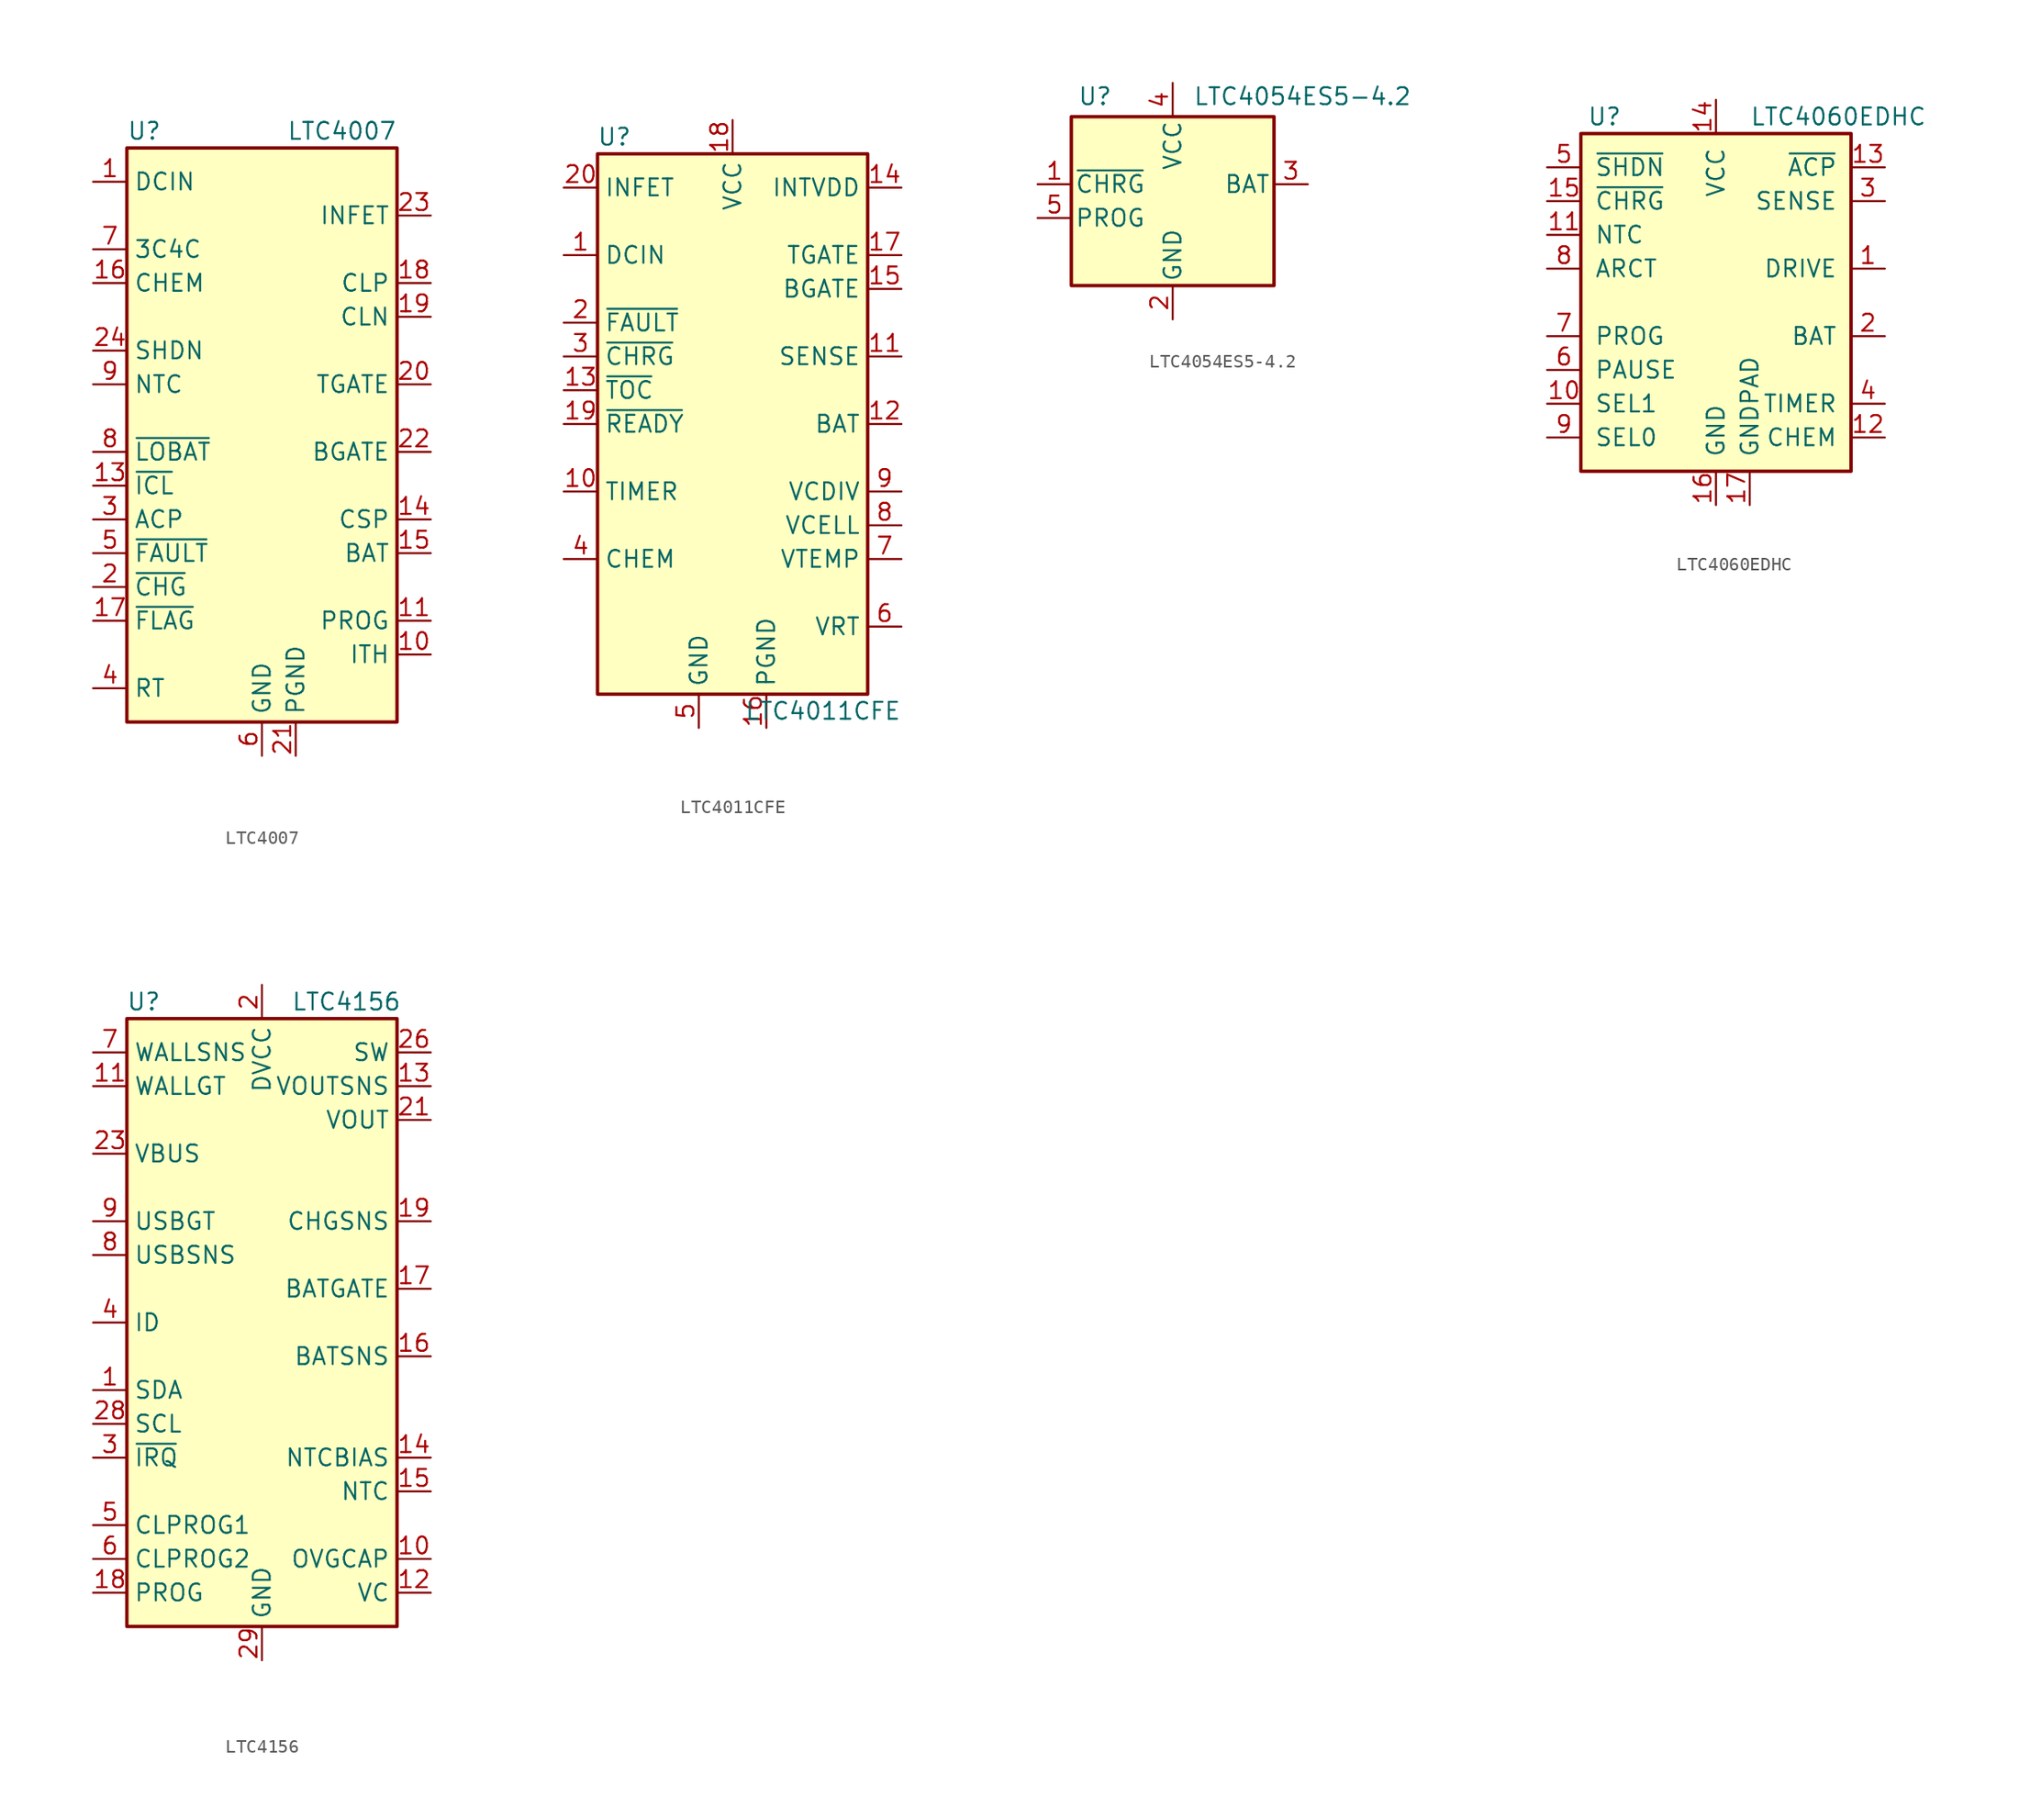
<source format=kicad_sym>
(kicad_symbol_lib
  (version 20211014)
  (generator kicad_symbol_editor)
  (symbol "LTC4007"
    (property "Reference" "U"
      (at -10.16 24.13 0)
      (effects (font (size 1.27 1.27)) (justify left)))
    (property "Value" "LTC4007"
      (at 10.16 24.13 0)
      (effects (font (size 1.27 1.27)) (justify right)))
    (symbol "LTC4007_0_1"
      (rectangle (start -10.16 22.86) (end 10.16 -20.32) (stroke (width 0.254) (type default) (color 0 0 0 0)) (fill (type background))))
    (symbol "LTC4007_1_1"
      (pin input line (at -12.7 20.32 0) (length 2.54) (name "DCIN" (effects (font (size 1.27 1.27)))) (number "1" (effects (font (size 1.27 1.27)))))
      (pin passive line (at 12.7 -15.24 180) (length 2.54) (name "ITH" (effects (font (size 1.27 1.27)))) (number "10" (effects (font (size 1.27 1.27)))))
      (pin bidirectional line (at 12.7 -12.7 180) (length 2.54) (name "PROG" (effects (font (size 1.27 1.27)))) (number "11" (effects (font (size 1.27 1.27)))))
      (pin no_connect line (at -2.54 -20.32 90) (length 2.54) hide (name "NC" (effects (font (size 1.27 1.27)))) (number "12" (effects (font (size 1.27 1.27)))))
      (pin output line (at -12.7 -2.54 0) (length 2.54) (name "~{ICL}" (effects (font (size 1.27 1.27)))) (number "13" (effects (font (size 1.27 1.27)))))
      (pin input line (at 12.7 -5.08 180) (length 2.54) (name "CSP" (effects (font (size 1.27 1.27)))) (number "14" (effects (font (size 1.27 1.27)))))
      (pin input line (at 12.7 -7.62 180) (length 2.54) (name "BAT" (effects (font (size 1.27 1.27)))) (number "15" (effects (font (size 1.27 1.27)))))
      (pin input line (at -12.7 12.7 0) (length 2.54) (name "CHEM" (effects (font (size 1.27 1.27)))) (number "16" (effects (font (size 1.27 1.27)))))
      (pin open_collector line (at -12.7 -12.7 0) (length 2.54) (name "~{FLAG}" (effects (font (size 1.27 1.27)))) (number "17" (effects (font (size 1.27 1.27)))))
      (pin input line (at 12.7 12.7 180) (length 2.54) (name "CLP" (effects (font (size 1.27 1.27)))) (number "18" (effects (font (size 1.27 1.27)))))
      (pin input line (at 12.7 10.16 180) (length 2.54) (name "CLN" (effects (font (size 1.27 1.27)))) (number "19" (effects (font (size 1.27 1.27)))))
      (pin output line (at -12.7 -10.16 0) (length 2.54) (name "~{CHG}" (effects (font (size 1.27 1.27)))) (number "2" (effects (font (size 1.27 1.27)))))
      (pin output line (at 12.7 5.08 180) (length 2.54) (name "TGATE" (effects (font (size 1.27 1.27)))) (number "20" (effects (font (size 1.27 1.27)))))
      (pin power_in line (at 2.54 -22.86 90) (length 2.54) (name "PGND" (effects (font (size 1.27 1.27)))) (number "21" (effects (font (size 1.27 1.27)))))
      (pin output line (at 12.7 0 180) (length 2.54) (name "BGATE" (effects (font (size 1.27 1.27)))) (number "22" (effects (font (size 1.27 1.27)))))
      (pin output line (at 12.7 17.78 180) (length 2.54) (name "INFET" (effects (font (size 1.27 1.27)))) (number "23" (effects (font (size 1.27 1.27)))))
      (pin input line (at -12.7 7.62 0) (length 2.54) (name "SHDN" (effects (font (size 1.27 1.27)))) (number "24" (effects (font (size 1.27 1.27)))))
      (pin open_collector line (at -12.7 -5.08 0) (length 2.54) (name "ACP" (effects (font (size 1.27 1.27)))) (number "3" (effects (font (size 1.27 1.27)))))
      (pin passive line (at -12.7 -17.78 0) (length 2.54) (name "RT" (effects (font (size 1.27 1.27)))) (number "4" (effects (font (size 1.27 1.27)))))
      (pin open_collector line (at -12.7 -7.62 0) (length 2.54) (name "~{FAULT}" (effects (font (size 1.27 1.27)))) (number "5" (effects (font (size 1.27 1.27)))))
      (pin power_in line (at 0 -22.86 90) (length 2.54) (name "GND" (effects (font (size 1.27 1.27)))) (number "6" (effects (font (size 1.27 1.27)))))
      (pin input line (at -12.7 15.24 0) (length 2.54) (name "3C4C" (effects (font (size 1.27 1.27)))) (number "7" (effects (font (size 1.27 1.27)))))
      (pin output line (at -12.7 0 0) (length 2.54) (name "~{LOBAT}" (effects (font (size 1.27 1.27)))) (number "8" (effects (font (size 1.27 1.27)))))
      (pin input line (at -12.7 5.08 0) (length 2.54) (name "NTC" (effects (font (size 1.27 1.27)))) (number "9" (effects (font (size 1.27 1.27)))))))
  (symbol "LTC4011CFE"
    (property "Reference" "U"
      (at -8.89 21.59 0)
      (effects (font (size 1.27 1.27))))
    (property "Value" "LTC4011CFE"
      (at 12.7 -21.59 0)
      (effects (font (size 1.27 1.27)) (justify right)))
    (symbol "LTC4011CFE_0_1"
      (rectangle (start -10.16 20.32) (end 10.16 -20.32) (stroke (width 0.254) (type default) (color 0 0 0 0)) (fill (type background))))
    (symbol "LTC4011CFE_1_1"
      (pin input line (at -12.7 12.7 0) (length 2.54) (name "DCIN" (effects (font (size 1.27 1.27)))) (number "1" (effects (font (size 1.27 1.27)))))
      (pin passive line (at -12.7 -5.08 0) (length 2.54) (name "TIMER" (effects (font (size 1.27 1.27)))) (number "10" (effects (font (size 1.27 1.27)))))
      (pin input line (at 12.7 5.08 180) (length 2.54) (name "SENSE" (effects (font (size 1.27 1.27)))) (number "11" (effects (font (size 1.27 1.27)))))
      (pin power_out line (at 12.7 0 180) (length 2.54) (name "BAT" (effects (font (size 1.27 1.27)))) (number "12" (effects (font (size 1.27 1.27)))))
      (pin open_collector line (at -12.7 2.54 0) (length 2.54) (name "~{TOC}" (effects (font (size 1.27 1.27)))) (number "13" (effects (font (size 1.27 1.27)))))
      (pin power_out line (at 12.7 17.78 180) (length 2.54) (name "INTVDD" (effects (font (size 1.27 1.27)))) (number "14" (effects (font (size 1.27 1.27)))))
      (pin output line (at 12.7 10.16 180) (length 2.54) (name "BGATE" (effects (font (size 1.27 1.27)))) (number "15" (effects (font (size 1.27 1.27)))))
      (pin power_in line (at 2.54 -22.86 90) (length 2.54) (name "PGND" (effects (font (size 1.27 1.27)))) (number "16" (effects (font (size 1.27 1.27)))))
      (pin output line (at 12.7 12.7 180) (length 2.54) (name "TGATE" (effects (font (size 1.27 1.27)))) (number "17" (effects (font (size 1.27 1.27)))))
      (pin power_in line (at 0 22.86 270) (length 2.54) (name "VCC" (effects (font (size 1.27 1.27)))) (number "18" (effects (font (size 1.27 1.27)))))
      (pin open_collector line (at -12.7 0 0) (length 2.54) (name "~{READY}" (effects (font (size 1.27 1.27)))) (number "19" (effects (font (size 1.27 1.27)))))
      (pin open_collector line (at -12.7 7.62 0) (length 2.54) (name "~{FAULT}" (effects (font (size 1.27 1.27)))) (number "2" (effects (font (size 1.27 1.27)))))
      (pin output line (at -12.7 17.78 0) (length 2.54) (name "INFET" (effects (font (size 1.27 1.27)))) (number "20" (effects (font (size 1.27 1.27)))))
      (pin passive line (at -2.54 -22.86 90) (length 2.54) hide (name "GND" (effects (font (size 1.27 1.27)))) (number "21" (effects (font (size 1.27 1.27)))))
      (pin open_collector line (at -12.7 5.08 0) (length 2.54) (name "~{CHRG}" (effects (font (size 1.27 1.27)))) (number "3" (effects (font (size 1.27 1.27)))))
      (pin passive line (at -12.7 -10.16 0) (length 2.54) (name "CHEM" (effects (font (size 1.27 1.27)))) (number "4" (effects (font (size 1.27 1.27)))))
      (pin power_in line (at -2.54 -22.86 90) (length 2.54) (name "GND" (effects (font (size 1.27 1.27)))) (number "5" (effects (font (size 1.27 1.27)))))
      (pin output line (at 12.7 -15.24 180) (length 2.54) (name "VRT" (effects (font (size 1.27 1.27)))) (number "6" (effects (font (size 1.27 1.27)))))
      (pin input line (at 12.7 -10.16 180) (length 2.54) (name "VTEMP" (effects (font (size 1.27 1.27)))) (number "7" (effects (font (size 1.27 1.27)))))
      (pin input line (at 12.7 -7.62 180) (length 2.54) (name "VCELL" (effects (font (size 1.27 1.27)))) (number "8" (effects (font (size 1.27 1.27)))))
      (pin output line (at 12.7 -5.08 180) (length 2.54) (name "VCDIV" (effects (font (size 1.27 1.27)))) (number "9" (effects (font (size 1.27 1.27)))))))
  (symbol "LTC4054ES5-4.2"
    (pin_names
      (offset 0.254))
    (property "Reference" "U"
      (at -5.842 6.604 0)
      (effects (font (size 1.27 1.27))))
    (property "Value" "LTC4054ES5-4.2"
      (at 1.524 6.604 0)
      (effects (font (size 1.27 1.27)) (justify left)))
    (symbol "LTC4054ES5-4.2_0_1"
      (rectangle (start -7.62 5.08) (end 7.62 -7.62) (stroke (width 0.254) (type default) (color 0 0 0 0)) (fill (type background))))
    (symbol "LTC4054ES5-4.2_1_1"
      (pin open_collector line (at -10.16 0 0) (length 2.54) (name "~{CHRG}" (effects (font (size 1.27 1.27)))) (number "1" (effects (font (size 1.27 1.27)))))
      (pin power_in line (at 0 -10.16 90) (length 2.54) (name "GND" (effects (font (size 1.27 1.27)))) (number "2" (effects (font (size 1.27 1.27)))))
      (pin power_out line (at 10.16 0 180) (length 2.54) (name "BAT" (effects (font (size 1.27 1.27)))) (number "3" (effects (font (size 1.27 1.27)))))
      (pin power_in line (at 0 7.62 270) (length 2.54) (name "VCC" (effects (font (size 1.27 1.27)))) (number "4" (effects (font (size 1.27 1.27)))))
      (pin bidirectional line (at -10.16 -2.54 0) (length 2.54) (name "PROG" (effects (font (size 1.27 1.27)))) (number "5" (effects (font (size 1.27 1.27)))))))
  (symbol "LTC4060EDHC"
    (pin_names
      (offset 1.016))
    (property "Reference" "U"
      (at -8.382 13.97 0)
      (effects (font (size 1.27 1.27))))
    (property "Value" "LTC4060EDHC"
      (at 2.54 13.97 0)
      (effects (font (size 1.27 1.27)) (justify left)))
    (symbol "LTC4060EDHC_0_1"
      (rectangle (start -10.16 12.7) (end 10.16 -12.7) (stroke (width 0.254) (type default) (color 0 0 0 0)) (fill (type background))))
    (symbol "LTC4060EDHC_1_1"
      (pin output line (at 12.7 2.54 180) (length 2.54) (name "DRIVE" (effects (font (size 1.27 1.27)))) (number "1" (effects (font (size 1.27 1.27)))))
      (pin input line (at -12.7 -7.62 0) (length 2.54) (name "SEL1" (effects (font (size 1.27 1.27)))) (number "10" (effects (font (size 1.27 1.27)))))
      (pin input line (at -12.7 5.08 0) (length 2.54) (name "NTC" (effects (font (size 1.27 1.27)))) (number "11" (effects (font (size 1.27 1.27)))))
      (pin input line (at 12.7 -10.16 180) (length 2.54) (name "CHEM" (effects (font (size 1.27 1.27)))) (number "12" (effects (font (size 1.27 1.27)))))
      (pin open_collector line (at 12.7 10.16 180) (length 2.54) (name "~{ACP}" (effects (font (size 1.27 1.27)))) (number "13" (effects (font (size 1.27 1.27)))))
      (pin power_in line (at 0 15.24 270) (length 2.54) (name "VCC" (effects (font (size 1.27 1.27)))) (number "14" (effects (font (size 1.27 1.27)))))
      (pin open_collector line (at -12.7 7.62 0) (length 2.54) (name "~{CHRG}" (effects (font (size 1.27 1.27)))) (number "15" (effects (font (size 1.27 1.27)))))
      (pin power_in line (at 0 -15.24 90) (length 2.54) (name "GND" (effects (font (size 1.27 1.27)))) (number "16" (effects (font (size 1.27 1.27)))))
      (pin power_in line (at 2.54 -15.24 90) (length 2.54) (name "GNDPAD" (effects (font (size 1.27 1.27)))) (number "17" (effects (font (size 1.27 1.27)))))
      (pin input line (at 12.7 -2.54 180) (length 2.54) (name "BAT" (effects (font (size 1.27 1.27)))) (number "2" (effects (font (size 1.27 1.27)))))
      (pin input line (at 12.7 7.62 180) (length 2.54) (name "SENSE" (effects (font (size 1.27 1.27)))) (number "3" (effects (font (size 1.27 1.27)))))
      (pin input line (at 12.7 -7.62 180) (length 2.54) (name "TIMER" (effects (font (size 1.27 1.27)))) (number "4" (effects (font (size 1.27 1.27)))))
      (pin input line (at -12.7 10.16 0) (length 2.54) (name "~{SHDN}" (effects (font (size 1.27 1.27)))) (number "5" (effects (font (size 1.27 1.27)))))
      (pin input line (at -12.7 -5.08 0) (length 2.54) (name "PAUSE" (effects (font (size 1.27 1.27)))) (number "6" (effects (font (size 1.27 1.27)))))
      (pin input line (at -12.7 -2.54 0) (length 2.54) (name "PROG" (effects (font (size 1.27 1.27)))) (number "7" (effects (font (size 1.27 1.27)))))
      (pin input line (at -12.7 2.54 0) (length 2.54) (name "ARCT" (effects (font (size 1.27 1.27)))) (number "8" (effects (font (size 1.27 1.27)))))
      (pin input line (at -12.7 -10.16 0) (length 2.54) (name "SEL0" (effects (font (size 1.27 1.27)))) (number "9" (effects (font (size 1.27 1.27)))))))
  (symbol "LTC4156"
    (property "Reference" "U"
      (at -8.89 24.13 0)
      (effects (font (size 1.27 1.27))))
    (property "Value" "LTC4156"
      (at 6.35 24.13 0)
      (effects (font (size 1.27 1.27))))
    (symbol "LTC4156_0_1"
      (rectangle (start -10.16 22.86) (end 10.16 -22.86) (stroke (width 0.254) (type default) (color 0 0 0 0)) (fill (type background))))
    (symbol "LTC4156_1_1"
      (pin bidirectional line (at -12.7 -5.08 0) (length 2.54) (name "SDA" (effects (font (size 1.27 1.27)))) (number "1" (effects (font (size 1.27 1.27)))))
      (pin passive line (at 12.7 -17.78 180) (length 2.54) (name "OVGCAP" (effects (font (size 1.27 1.27)))) (number "10" (effects (font (size 1.27 1.27)))))
      (pin output line (at -12.7 17.78 0) (length 2.54) (name "WALLGT" (effects (font (size 1.27 1.27)))) (number "11" (effects (font (size 1.27 1.27)))))
      (pin passive line (at 12.7 -20.32 180) (length 2.54) (name "VC" (effects (font (size 1.27 1.27)))) (number "12" (effects (font (size 1.27 1.27)))))
      (pin input line (at 12.7 17.78 180) (length 2.54) (name "VOUTSNS" (effects (font (size 1.27 1.27)))) (number "13" (effects (font (size 1.27 1.27)))))
      (pin output line (at 12.7 -10.16 180) (length 2.54) (name "NTCBIAS" (effects (font (size 1.27 1.27)))) (number "14" (effects (font (size 1.27 1.27)))))
      (pin input line (at 12.7 -12.7 180) (length 2.54) (name "NTC" (effects (font (size 1.27 1.27)))) (number "15" (effects (font (size 1.27 1.27)))))
      (pin input line (at 12.7 -2.54 180) (length 2.54) (name "BATSNS" (effects (font (size 1.27 1.27)))) (number "16" (effects (font (size 1.27 1.27)))))
      (pin output line (at 12.7 2.54 180) (length 2.54) (name "BATGATE" (effects (font (size 1.27 1.27)))) (number "17" (effects (font (size 1.27 1.27)))))
      (pin passive line (at -12.7 -20.32 0) (length 2.54) (name "PROG" (effects (font (size 1.27 1.27)))) (number "18" (effects (font (size 1.27 1.27)))))
      (pin passive line (at 12.7 7.62 180) (length 2.54) (name "CHGSNS" (effects (font (size 1.27 1.27)))) (number "19" (effects (font (size 1.27 1.27)))))
      (pin power_in line (at 0 25.4 270) (length 2.54) (name "DVCC" (effects (font (size 1.27 1.27)))) (number "2" (effects (font (size 1.27 1.27)))))
      (pin passive line (at 12.7 7.62 180) (length 2.54) hide (name "CHGSNS" (effects (font (size 1.27 1.27)))) (number "20" (effects (font (size 1.27 1.27)))))
      (pin passive line (at 12.7 15.24 180) (length 2.54) (name "VOUT" (effects (font (size 1.27 1.27)))) (number "21" (effects (font (size 1.27 1.27)))))
      (pin passive line (at 12.7 15.24 180) (length 2.54) hide (name "VOUT" (effects (font (size 1.27 1.27)))) (number "22" (effects (font (size 1.27 1.27)))))
      (pin passive line (at -12.7 12.7 0) (length 2.54) (name "VBUS" (effects (font (size 1.27 1.27)))) (number "23" (effects (font (size 1.27 1.27)))))
      (pin passive line (at -12.7 12.7 0) (length 2.54) hide (name "VBUS" (effects (font (size 1.27 1.27)))) (number "24" (effects (font (size 1.27 1.27)))))
      (pin passive line (at -12.7 12.7 0) (length 2.54) hide (name "VBUS" (effects (font (size 1.27 1.27)))) (number "25" (effects (font (size 1.27 1.27)))))
      (pin passive line (at 12.7 20.32 180) (length 2.54) (name "SW" (effects (font (size 1.27 1.27)))) (number "26" (effects (font (size 1.27 1.27)))))
      (pin passive line (at 12.7 20.32 180) (length 2.54) hide (name "SW" (effects (font (size 1.27 1.27)))) (number "27" (effects (font (size 1.27 1.27)))))
      (pin input line (at -12.7 -7.62 0) (length 2.54) (name "SCL" (effects (font (size 1.27 1.27)))) (number "28" (effects (font (size 1.27 1.27)))))
      (pin power_in line (at 0 -25.4 90) (length 2.54) (name "GND" (effects (font (size 1.27 1.27)))) (number "29" (effects (font (size 1.27 1.27)))))
      (pin open_collector line (at -12.7 -10.16 0) (length 2.54) (name "~{IRQ}" (effects (font (size 1.27 1.27)))) (number "3" (effects (font (size 1.27 1.27)))))
      (pin input line (at -12.7 0 0) (length 2.54) (name "ID" (effects (font (size 1.27 1.27)))) (number "4" (effects (font (size 1.27 1.27)))))
      (pin passive line (at -12.7 -15.24 0) (length 2.54) (name "CLPROG1" (effects (font (size 1.27 1.27)))) (number "5" (effects (font (size 1.27 1.27)))))
      (pin passive line (at -12.7 -17.78 0) (length 2.54) (name "CLPROG2" (effects (font (size 1.27 1.27)))) (number "6" (effects (font (size 1.27 1.27)))))
      (pin input line (at -12.7 20.32 0) (length 2.54) (name "WALLSNS" (effects (font (size 1.27 1.27)))) (number "7" (effects (font (size 1.27 1.27)))))
      (pin input line (at -12.7 5.08 0) (length 2.54) (name "USBSNS" (effects (font (size 1.27 1.27)))) (number "8" (effects (font (size 1.27 1.27)))))
      (pin output line (at -12.7 7.62 0) (length 2.54) (name "USBGT" (effects (font (size 1.27 1.27)))) (number "9" (effects (font (size 1.27 1.27))))))))
</source>
